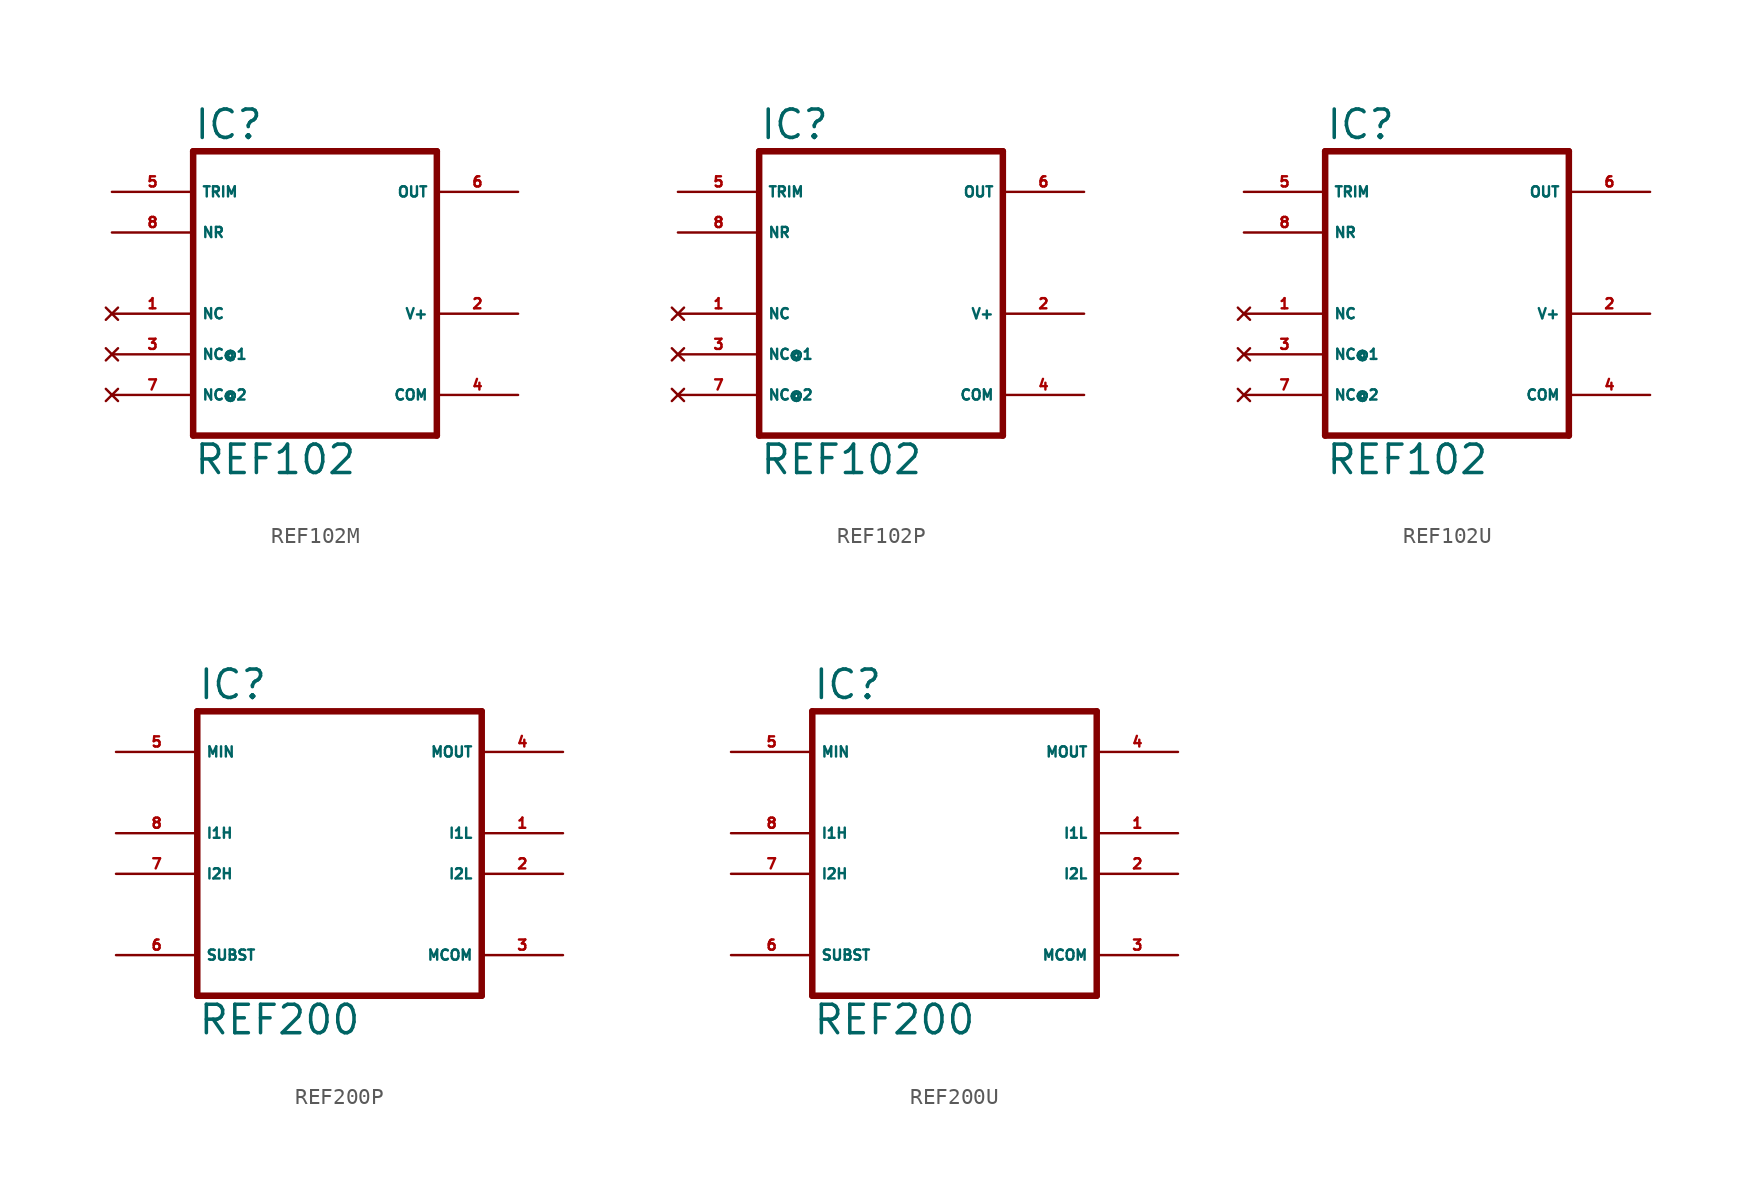
<source format=kicad_sym>
(kicad_symbol_lib
  (version 20220914)
  (generator Eagle2Kicad)
  (symbol "REF102M"
    (property "Reference" "IC"
      (at -7.62 10.795 0)
      (effects (font (size 1.778 1.778) (thickness 0.22)) (justify left bottom)))
    (property "Value" "REF102"
      (at -7.62 -10.16 0)
      (effects (font (size 1.778 1.778) (thickness 0.22)) (justify left bottom)))
    (polyline
      (pts (xy -7.62 -7.62) (xy 7.62 -7.62))
      (stroke (width 0.406) (type default))
      (fill (type none)))
    (polyline
      (pts (xy 7.62 -7.62) (xy 7.62 10.16))
      (stroke (width 0.406) (type default))
      (fill (type none)))
    (polyline
      (pts (xy 7.62 10.16) (xy -7.62 10.16))
      (stroke (width 0.406) (type default))
      (fill (type none)))
    (polyline
      (pts (xy -7.62 10.16) (xy -7.62 -7.62))
      (stroke (width 0.406) (type default))
      (fill (type none)))
    (pin input line
      (at 12.7 7.62 180)
      (length 5.08)
      (name "OUT" (effects (font (size 0.635 0.635) (thickness 0.08)) (justify left bottom)))
      (number "6" (effects (font (size 0.635 0.635) (thickness 0.08)) (justify left bottom))))
    (pin no_connect line
      (at -12.7 0 0)
      (length 5.08)
      (name "NC" (effects (font (size 0.635 0.635) (thickness 0.08)) (justify left bottom) hide))
      (number "1" (effects (font (size 0.635 0.635) (thickness 0.08)) (justify left bottom) hide)))
    (pin no_connect line
      (at -12.7 -2.54 0)
      (length 5.08)
      (name "NC@1" (effects (font (size 0.635 0.635) (thickness 0.08)) (justify left bottom) hide))
      (number "3" (effects (font (size 0.635 0.635) (thickness 0.08)) (justify left bottom) hide)))
    (pin no_connect line
      (at -12.7 -5.08 0)
      (length 5.08)
      (name "NC@2" (effects (font (size 0.635 0.635) (thickness 0.08)) (justify left bottom) hide))
      (number "7" (effects (font (size 0.635 0.635) (thickness 0.08)) (justify left bottom) hide)))
    (pin passive line
      (at -12.7 7.62 0)
      (length 5.08)
      (name "TRIM" (effects (font (size 0.635 0.635) (thickness 0.08)) (justify left bottom)))
      (number "5" (effects (font (size 0.635 0.635) (thickness 0.08)) (justify left bottom))))
    (pin passive line
      (at -12.7 5.08 0)
      (length 5.08)
      (name "NR" (effects (font (size 0.635 0.635) (thickness 0.08)) (justify left bottom)))
      (number "8" (effects (font (size 0.635 0.635) (thickness 0.08)) (justify left bottom))))
    (pin unspecified line
      (at 12.7 0 180)
      (length 5.08)
      (name "V+" (effects (font (size 0.635 0.635) (thickness 0.08)) (justify left bottom)))
      (number "2" (effects (font (size 0.635 0.635) (thickness 0.08)) (justify left bottom))))
    (pin unspecified line
      (at 12.7 -5.08 180)
      (length 5.08)
      (name "COM" (effects (font (size 0.635 0.635) (thickness 0.08)) (justify left bottom)))
      (number "4" (effects (font (size 0.635 0.635) (thickness 0.08)) (justify left bottom)))))
  (symbol "REF102P"
    (property "Reference" "IC"
      (at -7.62 10.795 0)
      (effects (font (size 1.778 1.778) (thickness 0.22)) (justify left bottom)))
    (property "Value" "REF102"
      (at -7.62 -10.16 0)
      (effects (font (size 1.778 1.778) (thickness 0.22)) (justify left bottom)))
    (polyline
      (pts (xy -7.62 -7.62) (xy 7.62 -7.62))
      (stroke (width 0.406) (type default))
      (fill (type none)))
    (polyline
      (pts (xy 7.62 -7.62) (xy 7.62 10.16))
      (stroke (width 0.406) (type default))
      (fill (type none)))
    (polyline
      (pts (xy 7.62 10.16) (xy -7.62 10.16))
      (stroke (width 0.406) (type default))
      (fill (type none)))
    (polyline
      (pts (xy -7.62 10.16) (xy -7.62 -7.62))
      (stroke (width 0.406) (type default))
      (fill (type none)))
    (pin input line
      (at 12.7 7.62 180)
      (length 5.08)
      (name "OUT" (effects (font (size 0.635 0.635) (thickness 0.08)) (justify left bottom)))
      (number "6" (effects (font (size 0.635 0.635) (thickness 0.08)) (justify left bottom))))
    (pin no_connect line
      (at -12.7 0 0)
      (length 5.08)
      (name "NC" (effects (font (size 0.635 0.635) (thickness 0.08)) (justify left bottom) hide))
      (number "1" (effects (font (size 0.635 0.635) (thickness 0.08)) (justify left bottom) hide)))
    (pin no_connect line
      (at -12.7 -2.54 0)
      (length 5.08)
      (name "NC@1" (effects (font (size 0.635 0.635) (thickness 0.08)) (justify left bottom) hide))
      (number "3" (effects (font (size 0.635 0.635) (thickness 0.08)) (justify left bottom) hide)))
    (pin no_connect line
      (at -12.7 -5.08 0)
      (length 5.08)
      (name "NC@2" (effects (font (size 0.635 0.635) (thickness 0.08)) (justify left bottom) hide))
      (number "7" (effects (font (size 0.635 0.635) (thickness 0.08)) (justify left bottom) hide)))
    (pin passive line
      (at -12.7 7.62 0)
      (length 5.08)
      (name "TRIM" (effects (font (size 0.635 0.635) (thickness 0.08)) (justify left bottom)))
      (number "5" (effects (font (size 0.635 0.635) (thickness 0.08)) (justify left bottom))))
    (pin passive line
      (at -12.7 5.08 0)
      (length 5.08)
      (name "NR" (effects (font (size 0.635 0.635) (thickness 0.08)) (justify left bottom)))
      (number "8" (effects (font (size 0.635 0.635) (thickness 0.08)) (justify left bottom))))
    (pin unspecified line
      (at 12.7 0 180)
      (length 5.08)
      (name "V+" (effects (font (size 0.635 0.635) (thickness 0.08)) (justify left bottom)))
      (number "2" (effects (font (size 0.635 0.635) (thickness 0.08)) (justify left bottom))))
    (pin unspecified line
      (at 12.7 -5.08 180)
      (length 5.08)
      (name "COM" (effects (font (size 0.635 0.635) (thickness 0.08)) (justify left bottom)))
      (number "4" (effects (font (size 0.635 0.635) (thickness 0.08)) (justify left bottom)))))
  (symbol "REF102U"
    (property "Reference" "IC"
      (at -7.62 10.795 0)
      (effects (font (size 1.778 1.778) (thickness 0.22)) (justify left bottom)))
    (property "Value" "REF102"
      (at -7.62 -10.16 0)
      (effects (font (size 1.778 1.778) (thickness 0.22)) (justify left bottom)))
    (polyline
      (pts (xy -7.62 -7.62) (xy 7.62 -7.62))
      (stroke (width 0.406) (type default))
      (fill (type none)))
    (polyline
      (pts (xy 7.62 -7.62) (xy 7.62 10.16))
      (stroke (width 0.406) (type default))
      (fill (type none)))
    (polyline
      (pts (xy 7.62 10.16) (xy -7.62 10.16))
      (stroke (width 0.406) (type default))
      (fill (type none)))
    (polyline
      (pts (xy -7.62 10.16) (xy -7.62 -7.62))
      (stroke (width 0.406) (type default))
      (fill (type none)))
    (pin input line
      (at 12.7 7.62 180)
      (length 5.08)
      (name "OUT" (effects (font (size 0.635 0.635) (thickness 0.08)) (justify left bottom)))
      (number "6" (effects (font (size 0.635 0.635) (thickness 0.08)) (justify left bottom))))
    (pin no_connect line
      (at -12.7 0 0)
      (length 5.08)
      (name "NC" (effects (font (size 0.635 0.635) (thickness 0.08)) (justify left bottom) hide))
      (number "1" (effects (font (size 0.635 0.635) (thickness 0.08)) (justify left bottom) hide)))
    (pin no_connect line
      (at -12.7 -2.54 0)
      (length 5.08)
      (name "NC@1" (effects (font (size 0.635 0.635) (thickness 0.08)) (justify left bottom) hide))
      (number "3" (effects (font (size 0.635 0.635) (thickness 0.08)) (justify left bottom) hide)))
    (pin no_connect line
      (at -12.7 -5.08 0)
      (length 5.08)
      (name "NC@2" (effects (font (size 0.635 0.635) (thickness 0.08)) (justify left bottom) hide))
      (number "7" (effects (font (size 0.635 0.635) (thickness 0.08)) (justify left bottom) hide)))
    (pin passive line
      (at -12.7 7.62 0)
      (length 5.08)
      (name "TRIM" (effects (font (size 0.635 0.635) (thickness 0.08)) (justify left bottom)))
      (number "5" (effects (font (size 0.635 0.635) (thickness 0.08)) (justify left bottom))))
    (pin passive line
      (at -12.7 5.08 0)
      (length 5.08)
      (name "NR" (effects (font (size 0.635 0.635) (thickness 0.08)) (justify left bottom)))
      (number "8" (effects (font (size 0.635 0.635) (thickness 0.08)) (justify left bottom))))
    (pin unspecified line
      (at 12.7 0 180)
      (length 5.08)
      (name "V+" (effects (font (size 0.635 0.635) (thickness 0.08)) (justify left bottom)))
      (number "2" (effects (font (size 0.635 0.635) (thickness 0.08)) (justify left bottom))))
    (pin unspecified line
      (at 12.7 -5.08 180)
      (length 5.08)
      (name "COM" (effects (font (size 0.635 0.635) (thickness 0.08)) (justify left bottom)))
      (number "4" (effects (font (size 0.635 0.635) (thickness 0.08)) (justify left bottom)))))
  (symbol "REF200P"
    (property "Reference" "IC"
      (at -10.16 10.795 0)
      (effects (font (size 1.778 1.778) (thickness 0.22)) (justify left bottom)))
    (property "Value" "REF200"
      (at -10.16 -10.16 0)
      (effects (font (size 1.778 1.778) (thickness 0.22)) (justify left bottom)))
    (polyline
      (pts (xy -10.16 -7.62) (xy 7.62 -7.62))
      (stroke (width 0.406) (type default))
      (fill (type none)))
    (polyline
      (pts (xy 7.62 -7.62) (xy 7.62 10.16))
      (stroke (width 0.406) (type default))
      (fill (type none)))
    (polyline
      (pts (xy 7.62 10.16) (xy -10.16 10.16))
      (stroke (width 0.406) (type default))
      (fill (type none)))
    (polyline
      (pts (xy -10.16 10.16) (xy -10.16 -7.62))
      (stroke (width 0.406) (type default))
      (fill (type none)))
    (pin input line
      (at -15.24 7.62 0)
      (length 5.08)
      (name "MIN" (effects (font (size 0.635 0.635) (thickness 0.08)) (justify left bottom)))
      (number "5" (effects (font (size 0.635 0.635) (thickness 0.08)) (justify left bottom))))
    (pin output line
      (at 12.7 7.62 180)
      (length 5.08)
      (name "MOUT" (effects (font (size 0.635 0.635) (thickness 0.08)) (justify left bottom)))
      (number "4" (effects (font (size 0.635 0.635) (thickness 0.08)) (justify left bottom))))
    (pin passive line
      (at -15.24 2.54 0)
      (length 5.08)
      (name "I1H" (effects (font (size 0.635 0.635) (thickness 0.08)) (justify left bottom)))
      (number "8" (effects (font (size 0.635 0.635) (thickness 0.08)) (justify left bottom))))
    (pin passive line
      (at -15.24 0 0)
      (length 5.08)
      (name "I2H" (effects (font (size 0.635 0.635) (thickness 0.08)) (justify left bottom)))
      (number "7" (effects (font (size 0.635 0.635) (thickness 0.08)) (justify left bottom))))
    (pin passive line
      (at 12.7 2.54 180)
      (length 5.08)
      (name "I1L" (effects (font (size 0.635 0.635) (thickness 0.08)) (justify left bottom)))
      (number "1" (effects (font (size 0.635 0.635) (thickness 0.08)) (justify left bottom))))
    (pin passive line
      (at 12.7 0 180)
      (length 5.08)
      (name "I2L" (effects (font (size 0.635 0.635) (thickness 0.08)) (justify left bottom)))
      (number "2" (effects (font (size 0.635 0.635) (thickness 0.08)) (justify left bottom))))
    (pin passive line
      (at 12.7 -5.08 180)
      (length 5.08)
      (name "MCOM" (effects (font (size 0.635 0.635) (thickness 0.08)) (justify left bottom)))
      (number "3" (effects (font (size 0.635 0.635) (thickness 0.08)) (justify left bottom))))
    (pin passive line
      (at -15.24 -5.08 0)
      (length 5.08)
      (name "SUBST" (effects (font (size 0.635 0.635) (thickness 0.08)) (justify left bottom)))
      (number "6" (effects (font (size 0.635 0.635) (thickness 0.08)) (justify left bottom)))))
  (symbol "REF200U"
    (property "Reference" "IC"
      (at -10.16 10.795 0)
      (effects (font (size 1.778 1.778) (thickness 0.22)) (justify left bottom)))
    (property "Value" "REF200"
      (at -10.16 -10.16 0)
      (effects (font (size 1.778 1.778) (thickness 0.22)) (justify left bottom)))
    (polyline
      (pts (xy -10.16 -7.62) (xy 7.62 -7.62))
      (stroke (width 0.406) (type default))
      (fill (type none)))
    (polyline
      (pts (xy 7.62 -7.62) (xy 7.62 10.16))
      (stroke (width 0.406) (type default))
      (fill (type none)))
    (polyline
      (pts (xy 7.62 10.16) (xy -10.16 10.16))
      (stroke (width 0.406) (type default))
      (fill (type none)))
    (polyline
      (pts (xy -10.16 10.16) (xy -10.16 -7.62))
      (stroke (width 0.406) (type default))
      (fill (type none)))
    (pin input line
      (at -15.24 7.62 0)
      (length 5.08)
      (name "MIN" (effects (font (size 0.635 0.635) (thickness 0.08)) (justify left bottom)))
      (number "5" (effects (font (size 0.635 0.635) (thickness 0.08)) (justify left bottom))))
    (pin output line
      (at 12.7 7.62 180)
      (length 5.08)
      (name "MOUT" (effects (font (size 0.635 0.635) (thickness 0.08)) (justify left bottom)))
      (number "4" (effects (font (size 0.635 0.635) (thickness 0.08)) (justify left bottom))))
    (pin passive line
      (at -15.24 2.54 0)
      (length 5.08)
      (name "I1H" (effects (font (size 0.635 0.635) (thickness 0.08)) (justify left bottom)))
      (number "8" (effects (font (size 0.635 0.635) (thickness 0.08)) (justify left bottom))))
    (pin passive line
      (at -15.24 0 0)
      (length 5.08)
      (name "I2H" (effects (font (size 0.635 0.635) (thickness 0.08)) (justify left bottom)))
      (number "7" (effects (font (size 0.635 0.635) (thickness 0.08)) (justify left bottom))))
    (pin passive line
      (at 12.7 2.54 180)
      (length 5.08)
      (name "I1L" (effects (font (size 0.635 0.635) (thickness 0.08)) (justify left bottom)))
      (number "1" (effects (font (size 0.635 0.635) (thickness 0.08)) (justify left bottom))))
    (pin passive line
      (at 12.7 0 180)
      (length 5.08)
      (name "I2L" (effects (font (size 0.635 0.635) (thickness 0.08)) (justify left bottom)))
      (number "2" (effects (font (size 0.635 0.635) (thickness 0.08)) (justify left bottom))))
    (pin passive line
      (at 12.7 -5.08 180)
      (length 5.08)
      (name "MCOM" (effects (font (size 0.635 0.635) (thickness 0.08)) (justify left bottom)))
      (number "3" (effects (font (size 0.635 0.635) (thickness 0.08)) (justify left bottom))))
    (pin passive line
      (at -15.24 -5.08 0)
      (length 5.08)
      (name "SUBST" (effects (font (size 0.635 0.635) (thickness 0.08)) (justify left bottom)))
      (number "6" (effects (font (size 0.635 0.635) (thickness 0.08)) (justify left bottom))))))
</source>
